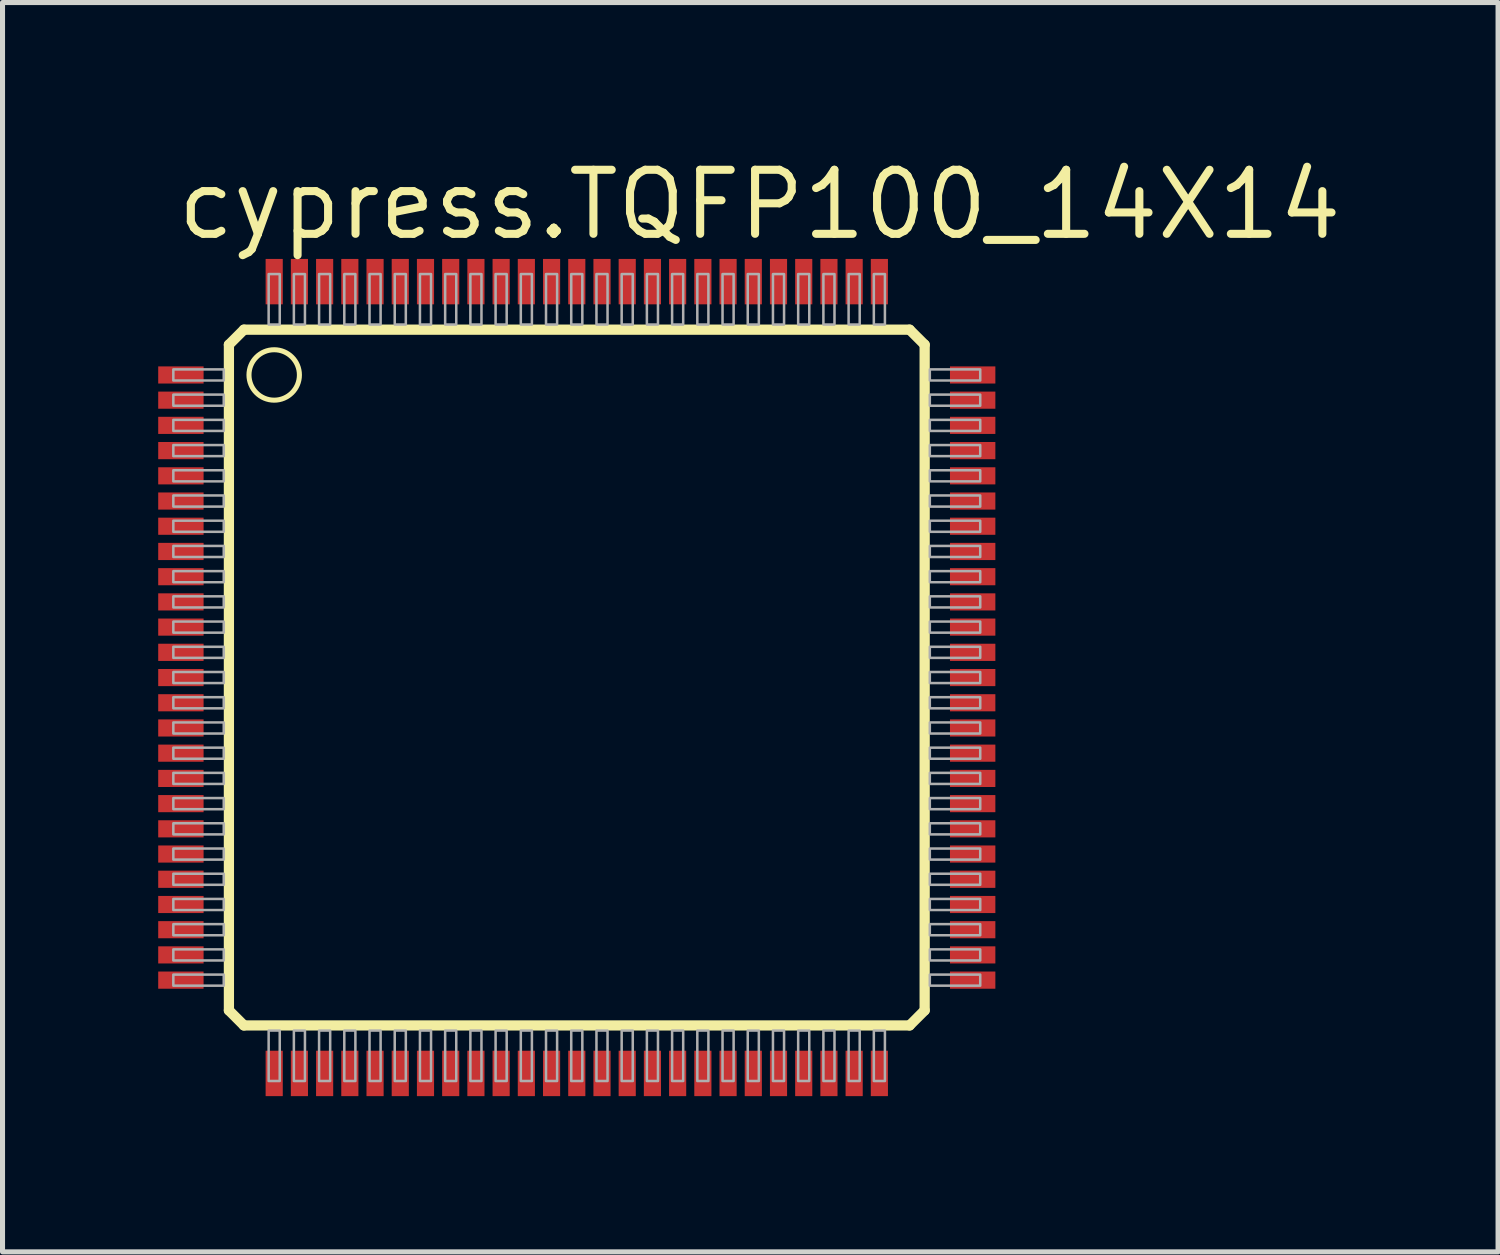
<source format=kicad_pcb>
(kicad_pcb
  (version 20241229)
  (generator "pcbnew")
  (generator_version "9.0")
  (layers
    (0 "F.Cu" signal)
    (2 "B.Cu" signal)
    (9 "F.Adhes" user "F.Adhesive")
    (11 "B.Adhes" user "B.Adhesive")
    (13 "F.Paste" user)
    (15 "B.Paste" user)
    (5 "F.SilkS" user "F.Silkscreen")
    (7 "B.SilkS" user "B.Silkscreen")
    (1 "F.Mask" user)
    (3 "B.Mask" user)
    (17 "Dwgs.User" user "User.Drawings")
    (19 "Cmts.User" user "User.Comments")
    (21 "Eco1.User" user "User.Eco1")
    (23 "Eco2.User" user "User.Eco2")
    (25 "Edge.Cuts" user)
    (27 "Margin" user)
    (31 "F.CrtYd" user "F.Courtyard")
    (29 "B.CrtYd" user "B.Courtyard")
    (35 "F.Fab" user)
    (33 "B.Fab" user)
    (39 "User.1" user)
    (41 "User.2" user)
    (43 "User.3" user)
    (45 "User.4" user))
  (footprint "cypress.TQFP100_14X14"
    (layer "F.Cu")
    (at 8.387 10.385)
    (property "Reference" "cypress.TQFP100_14X14" (at -8 -8.635 0) (layer "F.SilkS") (effects (font (size 1.27 1.27) (thickness 0.16)) (justify left bottom)))
    (attr smd)
    (fp_rect (start -8.363 -5.8) (end -7.35 -6.2) (stroke (width 0.05) (type default)) (fill yes) (layer "F.Mask"))
    (fp_rect (start -8.363 -5.3) (end -7.35 -5.7) (stroke (width 0.05) (type default)) (fill yes) (layer "F.Mask"))
    (fp_rect (start -8.363 -4.8) (end -7.35 -5.2) (stroke (width 0.05) (type default)) (fill yes) (layer "F.Mask"))
    (fp_rect (start -8.363 -4.3) (end -7.35 -4.7) (stroke (width 0.05) (type default)) (fill yes) (layer "F.Mask"))
    (fp_rect (start -8.363 -3.8) (end -7.35 -4.2) (stroke (width 0.05) (type default)) (fill yes) (layer "F.Mask"))
    (fp_rect (start -8.363 -3.3) (end -7.35 -3.7) (stroke (width 0.05) (type default)) (fill yes) (layer "F.Mask"))
    (fp_rect (start -8.363 -2.8) (end -7.35 -3.2) (stroke (width 0.05) (type default)) (fill yes) (layer "F.Mask"))
    (fp_rect (start -8.363 -2.3) (end -7.35 -2.7) (stroke (width 0.05) (type default)) (fill yes) (layer "F.Mask"))
    (fp_rect (start -8.363 -1.8) (end -7.35 -2.2) (stroke (width 0.05) (type default)) (fill yes) (layer "F.Mask"))
    (fp_rect (start -8.363 -1.3) (end -7.35 -1.7) (stroke (width 0.05) (type default)) (fill yes) (layer "F.Mask"))
    (fp_rect (start -8.363 -0.8) (end -7.35 -1.2) (stroke (width 0.05) (type default)) (fill yes) (layer "F.Mask"))
    (fp_rect (start -8.363 -0.3) (end -7.35 -0.7) (stroke (width 0.05) (type default)) (fill yes) (layer "F.Mask"))
    (fp_rect (start -8.363 0.2) (end -7.35 -0.2) (stroke (width 0.05) (type default)) (fill yes) (layer "F.Mask"))
    (fp_rect (start -8.363 0.7) (end -7.35 0.3) (stroke (width 0.05) (type default)) (fill yes) (layer "F.Mask"))
    (fp_rect (start -8.363 1.2) (end -7.35 0.8) (stroke (width 0.05) (type default)) (fill yes) (layer "F.Mask"))
    (fp_rect (start -8.363 1.7) (end -7.35 1.3) (stroke (width 0.05) (type default)) (fill yes) (layer "F.Mask"))
    (fp_rect (start -8.363 2.2) (end -7.35 1.8) (stroke (width 0.05) (type default)) (fill yes) (layer "F.Mask"))
    (fp_rect (start -8.363 2.7) (end -7.35 2.3) (stroke (width 0.05) (type default)) (fill yes) (layer "F.Mask"))
    (fp_rect (start -8.363 3.2) (end -7.35 2.8) (stroke (width 0.05) (type default)) (fill yes) (layer "F.Mask"))
    (fp_rect (start -8.363 3.7) (end -7.35 3.3) (stroke (width 0.05) (type default)) (fill yes) (layer "F.Mask"))
    (fp_rect (start -8.363 4.2) (end -7.35 3.8) (stroke (width 0.05) (type default)) (fill yes) (layer "F.Mask"))
    (fp_rect (start -8.363 4.7) (end -7.35 4.3) (stroke (width 0.05) (type default)) (fill yes) (layer "F.Mask"))
    (fp_rect (start -8.363 5.2) (end -7.35 4.8) (stroke (width 0.05) (type default)) (fill yes) (layer "F.Mask"))
    (fp_rect (start -8.363 5.7) (end -7.35 5.3) (stroke (width 0.05) (type default)) (fill yes) (layer "F.Mask"))
    (fp_rect (start -8.363 6.2) (end -7.35 5.8) (stroke (width 0.05) (type default)) (fill yes) (layer "F.Mask"))
    (fp_rect (start -6.2 -7.35) (end -5.8 -8.363) (stroke (width 0.05) (type default)) (fill yes) (layer "F.Mask"))
    (fp_rect (start -6.2 8.363) (end -5.8 7.35) (stroke (width 0.05) (type default)) (fill yes) (layer "F.Mask"))
    (fp_rect (start -5.7 -7.35) (end -5.3 -8.363) (stroke (width 0.05) (type default)) (fill yes) (layer "F.Mask"))
    (fp_rect (start -5.7 8.363) (end -5.3 7.35) (stroke (width 0.05) (type default)) (fill yes) (layer "F.Mask"))
    (fp_rect (start -5.2 -7.35) (end -4.8 -8.363) (stroke (width 0.05) (type default)) (fill yes) (layer "F.Mask"))
    (fp_rect (start -5.2 8.363) (end -4.8 7.35) (stroke (width 0.05) (type default)) (fill yes) (layer "F.Mask"))
    (fp_rect (start -4.7 -7.35) (end -4.3 -8.363) (stroke (width 0.05) (type default)) (fill yes) (layer "F.Mask"))
    (fp_rect (start -4.7 8.363) (end -4.3 7.35) (stroke (width 0.05) (type default)) (fill yes) (layer "F.Mask"))
    (fp_rect (start -4.2 -7.35) (end -3.8 -8.363) (stroke (width 0.05) (type default)) (fill yes) (layer "F.Mask"))
    (fp_rect (start -4.2 8.363) (end -3.8 7.35) (stroke (width 0.05) (type default)) (fill yes) (layer "F.Mask"))
    (fp_rect (start -3.7 -7.35) (end -3.3 -8.363) (stroke (width 0.05) (type default)) (fill yes) (layer "F.Mask"))
    (fp_rect (start -3.7 8.363) (end -3.3 7.35) (stroke (width 0.05) (type default)) (fill yes) (layer "F.Mask"))
    (fp_rect (start -3.2 -7.35) (end -2.8 -8.363) (stroke (width 0.05) (type default)) (fill yes) (layer "F.Mask"))
    (fp_rect (start -3.2 8.363) (end -2.8 7.35) (stroke (width 0.05) (type default)) (fill yes) (layer "F.Mask"))
    (fp_rect (start -2.7 -7.35) (end -2.3 -8.363) (stroke (width 0.05) (type default)) (fill yes) (layer "F.Mask"))
    (fp_rect (start -2.7 8.363) (end -2.3 7.35) (stroke (width 0.05) (type default)) (fill yes) (layer "F.Mask"))
    (fp_rect (start -2.2 -7.35) (end -1.8 -8.363) (stroke (width 0.05) (type default)) (fill yes) (layer "F.Mask"))
    (fp_rect (start -2.2 8.363) (end -1.8 7.35) (stroke (width 0.05) (type default)) (fill yes) (layer "F.Mask"))
    (fp_rect (start -1.7 -7.35) (end -1.3 -8.363) (stroke (width 0.05) (type default)) (fill yes) (layer "F.Mask"))
    (fp_rect (start -1.7 8.363) (end -1.3 7.35) (stroke (width 0.05) (type default)) (fill yes) (layer "F.Mask"))
    (fp_rect (start -1.2 -7.35) (end -0.8 -8.363) (stroke (width 0.05) (type default)) (fill yes) (layer "F.Mask"))
    (fp_rect (start -1.2 8.363) (end -0.8 7.35) (stroke (width 0.05) (type default)) (fill yes) (layer "F.Mask"))
    (fp_rect (start -0.7 -7.35) (end -0.3 -8.363) (stroke (width 0.05) (type default)) (fill yes) (layer "F.Mask"))
    (fp_rect (start -0.7 8.363) (end -0.3 7.35) (stroke (width 0.05) (type default)) (fill yes) (layer "F.Mask"))
    (fp_rect (start -0.2 -7.35) (end 0.2 -8.363) (stroke (width 0.05) (type default)) (fill yes) (layer "F.Mask"))
    (fp_rect (start -0.2 8.363) (end 0.2 7.35) (stroke (width 0.05) (type default)) (fill yes) (layer "F.Mask"))
    (fp_rect (start 0.3 -7.35) (end 0.7 -8.363) (stroke (width 0.05) (type default)) (fill yes) (layer "F.Mask"))
    (fp_rect (start 0.3 8.363) (end 0.7 7.35) (stroke (width 0.05) (type default)) (fill yes) (layer "F.Mask"))
    (fp_rect (start 0.8 -7.35) (end 1.2 -8.363) (stroke (width 0.05) (type default)) (fill yes) (layer "F.Mask"))
    (fp_rect (start 0.8 8.363) (end 1.2 7.35) (stroke (width 0.05) (type default)) (fill yes) (layer "F.Mask"))
    (fp_rect (start 1.3 -7.35) (end 1.7 -8.363) (stroke (width 0.05) (type default)) (fill yes) (layer "F.Mask"))
    (fp_rect (start 1.3 8.363) (end 1.7 7.35) (stroke (width 0.05) (type default)) (fill yes) (layer "F.Mask"))
    (fp_rect (start 1.8 -7.35) (end 2.2 -8.363) (stroke (width 0.05) (type default)) (fill yes) (layer "F.Mask"))
    (fp_rect (start 1.8 8.363) (end 2.2 7.35) (stroke (width 0.05) (type default)) (fill yes) (layer "F.Mask"))
    (fp_rect (start 2.3 -7.35) (end 2.7 -8.363) (stroke (width 0.05) (type default)) (fill yes) (layer "F.Mask"))
    (fp_rect (start 2.3 8.363) (end 2.7 7.35) (stroke (width 0.05) (type default)) (fill yes) (layer "F.Mask"))
    (fp_rect (start 2.8 -7.35) (end 3.2 -8.363) (stroke (width 0.05) (type default)) (fill yes) (layer "F.Mask"))
    (fp_rect (start 2.8 8.363) (end 3.2 7.35) (stroke (width 0.05) (type default)) (fill yes) (layer "F.Mask"))
    (fp_rect (start 3.3 -7.35) (end 3.7 -8.363) (stroke (width 0.05) (type default)) (fill yes) (layer "F.Mask"))
    (fp_rect (start 3.3 8.363) (end 3.7 7.35) (stroke (width 0.05) (type default)) (fill yes) (layer "F.Mask"))
    (fp_rect (start 3.8 -7.35) (end 4.2 -8.363) (stroke (width 0.05) (type default)) (fill yes) (layer "F.Mask"))
    (fp_rect (start 3.8 8.363) (end 4.2 7.35) (stroke (width 0.05) (type default)) (fill yes) (layer "F.Mask"))
    (fp_rect (start 4.3 -7.35) (end 4.7 -8.363) (stroke (width 0.05) (type default)) (fill yes) (layer "F.Mask"))
    (fp_rect (start 4.3 8.363) (end 4.7 7.35) (stroke (width 0.05) (type default)) (fill yes) (layer "F.Mask"))
    (fp_rect (start 4.8 -7.35) (end 5.2 -8.363) (stroke (width 0.05) (type default)) (fill yes) (layer "F.Mask"))
    (fp_rect (start 4.8 8.363) (end 5.2 7.35) (stroke (width 0.05) (type default)) (fill yes) (layer "F.Mask"))
    (fp_rect (start 5.3 -7.35) (end 5.7 -8.363) (stroke (width 0.05) (type default)) (fill yes) (layer "F.Mask"))
    (fp_rect (start 5.3 8.363) (end 5.7 7.35) (stroke (width 0.05) (type default)) (fill yes) (layer "F.Mask"))
    (fp_rect (start 5.8 -7.35) (end 6.2 -8.363) (stroke (width 0.05) (type default)) (fill yes) (layer "F.Mask"))
    (fp_rect (start 5.8 8.363) (end 6.2 7.35) (stroke (width 0.05) (type default)) (fill yes) (layer "F.Mask"))
    (fp_rect (start 7.35 -5.8) (end 8.363 -6.2) (stroke (width 0.05) (type default)) (fill yes) (layer "F.Mask"))
    (fp_rect (start 7.35 -5.3) (end 8.363 -5.7) (stroke (width 0.05) (type default)) (fill yes) (layer "F.Mask"))
    (fp_rect (start 7.35 -4.8) (end 8.363 -5.2) (stroke (width 0.05) (type default)) (fill yes) (layer "F.Mask"))
    (fp_rect (start 7.35 -4.3) (end 8.363 -4.7) (stroke (width 0.05) (type default)) (fill yes) (layer "F.Mask"))
    (fp_rect (start 7.35 -3.8) (end 8.363 -4.2) (stroke (width 0.05) (type default)) (fill yes) (layer "F.Mask"))
    (fp_rect (start 7.35 -3.3) (end 8.363 -3.7) (stroke (width 0.05) (type default)) (fill yes) (layer "F.Mask"))
    (fp_rect (start 7.35 -2.8) (end 8.363 -3.2) (stroke (width 0.05) (type default)) (fill yes) (layer "F.Mask"))
    (fp_rect (start 7.35 -2.3) (end 8.363 -2.7) (stroke (width 0.05) (type default)) (fill yes) (layer "F.Mask"))
    (fp_rect (start 7.35 -1.8) (end 8.363 -2.2) (stroke (width 0.05) (type default)) (fill yes) (layer "F.Mask"))
    (fp_rect (start 7.35 -1.3) (end 8.363 -1.7) (stroke (width 0.05) (type default)) (fill yes) (layer "F.Mask"))
    (fp_rect (start 7.35 -0.8) (end 8.363 -1.2) (stroke (width 0.05) (type default)) (fill yes) (layer "F.Mask"))
    (fp_rect (start 7.35 -0.3) (end 8.363 -0.7) (stroke (width 0.05) (type default)) (fill yes) (layer "F.Mask"))
    (fp_rect (start 7.35 0.2) (end 8.363 -0.2) (stroke (width 0.05) (type default)) (fill yes) (layer "F.Mask"))
    (fp_rect (start 7.35 0.7) (end 8.363 0.3) (stroke (width 0.05) (type default)) (fill yes) (layer "F.Mask"))
    (fp_rect (start 7.35 1.2) (end 8.363 0.8) (stroke (width 0.05) (type default)) (fill yes) (layer "F.Mask"))
    (fp_rect (start 7.35 1.7) (end 8.363 1.3) (stroke (width 0.05) (type default)) (fill yes) (layer "F.Mask"))
    (fp_rect (start 7.35 2.2) (end 8.363 1.8) (stroke (width 0.05) (type default)) (fill yes) (layer "F.Mask"))
    (fp_rect (start 7.35 2.7) (end 8.363 2.3) (stroke (width 0.05) (type default)) (fill yes) (layer "F.Mask"))
    (fp_rect (start 7.35 3.2) (end 8.363 2.8) (stroke (width 0.05) (type default)) (fill yes) (layer "F.Mask"))
    (fp_rect (start 7.35 3.7) (end 8.363 3.3) (stroke (width 0.05) (type default)) (fill yes) (layer "F.Mask"))
    (fp_rect (start 7.35 4.2) (end 8.363 3.8) (stroke (width 0.05) (type default)) (fill yes) (layer "F.Mask"))
    (fp_rect (start 7.35 4.7) (end 8.363 4.3) (stroke (width 0.05) (type default)) (fill yes) (layer "F.Mask"))
    (fp_rect (start 7.35 5.2) (end 8.363 4.8) (stroke (width 0.05) (type default)) (fill yes) (layer "F.Mask"))
    (fp_rect (start 7.35 5.7) (end 8.363 5.3) (stroke (width 0.05) (type default)) (fill yes) (layer "F.Mask"))
    (fp_rect (start 7.35 6.2) (end 8.363 5.8) (stroke (width 0.05) (type default)) (fill yes) (layer "F.Mask"))
    (fp_line (start -6.898 -6.6) (end -6.898 6.6) (stroke (width 0.203) (type default)) (layer "F.SilkS"))
    (fp_line (start -6.898 6.6) (end -6.6 6.898) (stroke (width 0.203) (type default)) (layer "F.SilkS"))
    (fp_line (start -6.6 -6.898) (end -6.898 -6.6) (stroke (width 0.203) (type default)) (layer "F.SilkS"))
    (fp_line (start -6.6 6.898) (end 6.6 6.898) (stroke (width 0.203) (type default)) (layer "F.SilkS"))
    (fp_line (start 6.6 -6.898) (end -6.6 -6.898) (stroke (width 0.203) (type default)) (layer "F.SilkS"))
    (fp_line (start 6.6 6.898) (end 6.898 6.6) (stroke (width 0.203) (type default)) (layer "F.SilkS"))
    (fp_line (start 6.898 -6.6) (end 6.6 -6.898) (stroke (width 0.203) (type default)) (layer "F.SilkS"))
    (fp_line (start 6.898 6.6) (end 6.898 -6.6) (stroke (width 0.203) (type default)) (layer "F.SilkS"))
    (fp_circle (center -6 -6) (end -5.5 -6) (stroke (width 0.1) (type default)) (fill no) (layer "F.SilkS"))
    (fp_rect (start -8.262 -5.838) (end -7.45 -6.162) (stroke (width 0.05) (type default)) (fill yes) (layer "F.Paste"))
    (fp_rect (start -8.262 -5.338) (end -7.45 -5.662) (stroke (width 0.05) (type default)) (fill yes) (layer "F.Paste"))
    (fp_rect (start -8.262 -4.838) (end -7.45 -5.162) (stroke (width 0.05) (type default)) (fill yes) (layer "F.Paste"))
    (fp_rect (start -8.262 -4.338) (end -7.45 -4.662) (stroke (width 0.05) (type default)) (fill yes) (layer "F.Paste"))
    (fp_rect (start -8.262 -3.837) (end -7.45 -4.162) (stroke (width 0.05) (type default)) (fill yes) (layer "F.Paste"))
    (fp_rect (start -8.262 -3.337) (end -7.45 -3.663) (stroke (width 0.05) (type default)) (fill yes) (layer "F.Paste"))
    (fp_rect (start -8.262 -2.837) (end -7.45 -3.163) (stroke (width 0.05) (type default)) (fill yes) (layer "F.Paste"))
    (fp_rect (start -8.262 -2.337) (end -7.45 -2.663) (stroke (width 0.05) (type default)) (fill yes) (layer "F.Paste"))
    (fp_rect (start -8.262 -1.837) (end -7.45 -2.163) (stroke (width 0.05) (type default)) (fill yes) (layer "F.Paste"))
    (fp_rect (start -8.262 -1.337) (end -7.45 -1.663) (stroke (width 0.05) (type default)) (fill yes) (layer "F.Paste"))
    (fp_rect (start -8.262 -0.838) (end -7.45 -1.163) (stroke (width 0.05) (type default)) (fill yes) (layer "F.Paste"))
    (fp_rect (start -8.262 -0.338) (end -7.45 -0.662) (stroke (width 0.05) (type default)) (fill yes) (layer "F.Paste"))
    (fp_rect (start -8.262 0.163) (end -7.45 -0.163) (stroke (width 0.05) (type default)) (fill yes) (layer "F.Paste"))
    (fp_rect (start -8.262 0.662) (end -7.45 0.338) (stroke (width 0.05) (type default)) (fill yes) (layer "F.Paste"))
    (fp_rect (start -8.262 1.163) (end -7.45 0.838) (stroke (width 0.05) (type default)) (fill yes) (layer "F.Paste"))
    (fp_rect (start -8.262 1.663) (end -7.45 1.337) (stroke (width 0.05) (type default)) (fill yes) (layer "F.Paste"))
    (fp_rect (start -8.262 2.163) (end -7.45 1.837) (stroke (width 0.05) (type default)) (fill yes) (layer "F.Paste"))
    (fp_rect (start -8.262 2.663) (end -7.45 2.337) (stroke (width 0.05) (type default)) (fill yes) (layer "F.Paste"))
    (fp_rect (start -8.262 3.163) (end -7.45 2.837) (stroke (width 0.05) (type default)) (fill yes) (layer "F.Paste"))
    (fp_rect (start -8.262 3.663) (end -7.45 3.337) (stroke (width 0.05) (type default)) (fill yes) (layer "F.Paste"))
    (fp_rect (start -8.262 4.162) (end -7.45 3.837) (stroke (width 0.05) (type default)) (fill yes) (layer "F.Paste"))
    (fp_rect (start -8.262 4.662) (end -7.45 4.338) (stroke (width 0.05) (type default)) (fill yes) (layer "F.Paste"))
    (fp_rect (start -8.262 5.162) (end -7.45 4.838) (stroke (width 0.05) (type default)) (fill yes) (layer "F.Paste"))
    (fp_rect (start -8.262 5.662) (end -7.45 5.338) (stroke (width 0.05) (type default)) (fill yes) (layer "F.Paste"))
    (fp_rect (start -8.262 6.162) (end -7.45 5.838) (stroke (width 0.05) (type default)) (fill yes) (layer "F.Paste"))
    (fp_rect (start -6.162 -7.45) (end -5.838 -8.262) (stroke (width 0.05) (type default)) (fill yes) (layer "F.Paste"))
    (fp_rect (start -6.162 8.262) (end -5.838 7.45) (stroke (width 0.05) (type default)) (fill yes) (layer "F.Paste"))
    (fp_rect (start -5.662 -7.45) (end -5.338 -8.262) (stroke (width 0.05) (type default)) (fill yes) (layer "F.Paste"))
    (fp_rect (start -5.662 8.262) (end -5.338 7.45) (stroke (width 0.05) (type default)) (fill yes) (layer "F.Paste"))
    (fp_rect (start -5.162 -7.45) (end -4.838 -8.262) (stroke (width 0.05) (type default)) (fill yes) (layer "F.Paste"))
    (fp_rect (start -5.162 8.262) (end -4.838 7.45) (stroke (width 0.05) (type default)) (fill yes) (layer "F.Paste"))
    (fp_rect (start -4.662 -7.45) (end -4.338 -8.262) (stroke (width 0.05) (type default)) (fill yes) (layer "F.Paste"))
    (fp_rect (start -4.662 8.262) (end -4.338 7.45) (stroke (width 0.05) (type default)) (fill yes) (layer "F.Paste"))
    (fp_rect (start -4.162 -7.45) (end -3.837 -8.262) (stroke (width 0.05) (type default)) (fill yes) (layer "F.Paste"))
    (fp_rect (start -4.162 8.262) (end -3.837 7.45) (stroke (width 0.05) (type default)) (fill yes) (layer "F.Paste"))
    (fp_rect (start -3.663 -7.45) (end -3.337 -8.262) (stroke (width 0.05) (type default)) (fill yes) (layer "F.Paste"))
    (fp_rect (start -3.663 8.262) (end -3.337 7.45) (stroke (width 0.05) (type default)) (fill yes) (layer "F.Paste"))
    (fp_rect (start -3.163 -7.45) (end -2.837 -8.262) (stroke (width 0.05) (type default)) (fill yes) (layer "F.Paste"))
    (fp_rect (start -3.163 8.262) (end -2.837 7.45) (stroke (width 0.05) (type default)) (fill yes) (layer "F.Paste"))
    (fp_rect (start -2.663 -7.45) (end -2.337 -8.262) (stroke (width 0.05) (type default)) (fill yes) (layer "F.Paste"))
    (fp_rect (start -2.663 8.262) (end -2.337 7.45) (stroke (width 0.05) (type default)) (fill yes) (layer "F.Paste"))
    (fp_rect (start -2.163 -7.45) (end -1.837 -8.262) (stroke (width 0.05) (type default)) (fill yes) (layer "F.Paste"))
    (fp_rect (start -2.163 8.262) (end -1.837 7.45) (stroke (width 0.05) (type default)) (fill yes) (layer "F.Paste"))
    (fp_rect (start -1.663 -7.45) (end -1.337 -8.262) (stroke (width 0.05) (type default)) (fill yes) (layer "F.Paste"))
    (fp_rect (start -1.663 8.262) (end -1.337 7.45) (stroke (width 0.05) (type default)) (fill yes) (layer "F.Paste"))
    (fp_rect (start -1.163 -7.45) (end -0.838 -8.262) (stroke (width 0.05) (type default)) (fill yes) (layer "F.Paste"))
    (fp_rect (start -1.163 8.262) (end -0.838 7.45) (stroke (width 0.05) (type default)) (fill yes) (layer "F.Paste"))
    (fp_rect (start -0.662 -7.45) (end -0.338 -8.262) (stroke (width 0.05) (type default)) (fill yes) (layer "F.Paste"))
    (fp_rect (start -0.662 8.262) (end -0.338 7.45) (stroke (width 0.05) (type default)) (fill yes) (layer "F.Paste"))
    (fp_rect (start -0.163 -7.45) (end 0.163 -8.262) (stroke (width 0.05) (type default)) (fill yes) (layer "F.Paste"))
    (fp_rect (start -0.163 8.262) (end 0.163 7.45) (stroke (width 0.05) (type default)) (fill yes) (layer "F.Paste"))
    (fp_rect (start 0.338 -7.45) (end 0.662 -8.262) (stroke (width 0.05) (type default)) (fill yes) (layer "F.Paste"))
    (fp_rect (start 0.338 8.262) (end 0.662 7.45) (stroke (width 0.05) (type default)) (fill yes) (layer "F.Paste"))
    (fp_rect (start 0.838 -7.45) (end 1.163 -8.262) (stroke (width 0.05) (type default)) (fill yes) (layer "F.Paste"))
    (fp_rect (start 0.838 8.262) (end 1.163 7.45) (stroke (width 0.05) (type default)) (fill yes) (layer "F.Paste"))
    (fp_rect (start 1.337 -7.45) (end 1.663 -8.262) (stroke (width 0.05) (type default)) (fill yes) (layer "F.Paste"))
    (fp_rect (start 1.337 8.262) (end 1.663 7.45) (stroke (width 0.05) (type default)) (fill yes) (layer "F.Paste"))
    (fp_rect (start 1.837 -7.45) (end 2.163 -8.262) (stroke (width 0.05) (type default)) (fill yes) (layer "F.Paste"))
    (fp_rect (start 1.837 8.262) (end 2.163 7.45) (stroke (width 0.05) (type default)) (fill yes) (layer "F.Paste"))
    (fp_rect (start 2.337 -7.45) (end 2.663 -8.262) (stroke (width 0.05) (type default)) (fill yes) (layer "F.Paste"))
    (fp_rect (start 2.337 8.262) (end 2.663 7.45) (stroke (width 0.05) (type default)) (fill yes) (layer "F.Paste"))
    (fp_rect (start 2.837 -7.45) (end 3.163 -8.262) (stroke (width 0.05) (type default)) (fill yes) (layer "F.Paste"))
    (fp_rect (start 2.837 8.262) (end 3.163 7.45) (stroke (width 0.05) (type default)) (fill yes) (layer "F.Paste"))
    (fp_rect (start 3.337 -7.45) (end 3.663 -8.262) (stroke (width 0.05) (type default)) (fill yes) (layer "F.Paste"))
    (fp_rect (start 3.337 8.262) (end 3.663 7.45) (stroke (width 0.05) (type default)) (fill yes) (layer "F.Paste"))
    (fp_rect (start 3.837 -7.45) (end 4.162 -8.262) (stroke (width 0.05) (type default)) (fill yes) (layer "F.Paste"))
    (fp_rect (start 3.837 8.262) (end 4.162 7.45) (stroke (width 0.05) (type default)) (fill yes) (layer "F.Paste"))
    (fp_rect (start 4.338 -7.45) (end 4.662 -8.262) (stroke (width 0.05) (type default)) (fill yes) (layer "F.Paste"))
    (fp_rect (start 4.338 8.262) (end 4.662 7.45) (stroke (width 0.05) (type default)) (fill yes) (layer "F.Paste"))
    (fp_rect (start 4.838 -7.45) (end 5.162 -8.262) (stroke (width 0.05) (type default)) (fill yes) (layer "F.Paste"))
    (fp_rect (start 4.838 8.262) (end 5.162 7.45) (stroke (width 0.05) (type default)) (fill yes) (layer "F.Paste"))
    (fp_rect (start 5.338 -7.45) (end 5.662 -8.262) (stroke (width 0.05) (type default)) (fill yes) (layer "F.Paste"))
    (fp_rect (start 5.338 8.262) (end 5.662 7.45) (stroke (width 0.05) (type default)) (fill yes) (layer "F.Paste"))
    (fp_rect (start 5.838 -7.45) (end 6.162 -8.262) (stroke (width 0.05) (type default)) (fill yes) (layer "F.Paste"))
    (fp_rect (start 5.838 8.262) (end 6.162 7.45) (stroke (width 0.05) (type default)) (fill yes) (layer "F.Paste"))
    (fp_rect (start 7.45 -5.838) (end 8.262 -6.162) (stroke (width 0.05) (type default)) (fill yes) (layer "F.Paste"))
    (fp_rect (start 7.45 -5.338) (end 8.262 -5.662) (stroke (width 0.05) (type default)) (fill yes) (layer "F.Paste"))
    (fp_rect (start 7.45 -4.838) (end 8.262 -5.162) (stroke (width 0.05) (type default)) (fill yes) (layer "F.Paste"))
    (fp_rect (start 7.45 -4.338) (end 8.262 -4.662) (stroke (width 0.05) (type default)) (fill yes) (layer "F.Paste"))
    (fp_rect (start 7.45 -3.837) (end 8.262 -4.162) (stroke (width 0.05) (type default)) (fill yes) (layer "F.Paste"))
    (fp_rect (start 7.45 -3.337) (end 8.262 -3.663) (stroke (width 0.05) (type default)) (fill yes) (layer "F.Paste"))
    (fp_rect (start 7.45 -2.837) (end 8.262 -3.163) (stroke (width 0.05) (type default)) (fill yes) (layer "F.Paste"))
    (fp_rect (start 7.45 -2.337) (end 8.262 -2.663) (stroke (width 0.05) (type default)) (fill yes) (layer "F.Paste"))
    (fp_rect (start 7.45 -1.837) (end 8.262 -2.163) (stroke (width 0.05) (type default)) (fill yes) (layer "F.Paste"))
    (fp_rect (start 7.45 -1.337) (end 8.262 -1.663) (stroke (width 0.05) (type default)) (fill yes) (layer "F.Paste"))
    (fp_rect (start 7.45 -0.838) (end 8.262 -1.163) (stroke (width 0.05) (type default)) (fill yes) (layer "F.Paste"))
    (fp_rect (start 7.45 -0.338) (end 8.262 -0.662) (stroke (width 0.05) (type default)) (fill yes) (layer "F.Paste"))
    (fp_rect (start 7.45 0.163) (end 8.262 -0.163) (stroke (width 0.05) (type default)) (fill yes) (layer "F.Paste"))
    (fp_rect (start 7.45 0.662) (end 8.262 0.338) (stroke (width 0.05) (type default)) (fill yes) (layer "F.Paste"))
    (fp_rect (start 7.45 1.163) (end 8.262 0.838) (stroke (width 0.05) (type default)) (fill yes) (layer "F.Paste"))
    (fp_rect (start 7.45 1.663) (end 8.262 1.337) (stroke (width 0.05) (type default)) (fill yes) (layer "F.Paste"))
    (fp_rect (start 7.45 2.163) (end 8.262 1.837) (stroke (width 0.05) (type default)) (fill yes) (layer "F.Paste"))
    (fp_rect (start 7.45 2.663) (end 8.262 2.337) (stroke (width 0.05) (type default)) (fill yes) (layer "F.Paste"))
    (fp_rect (start 7.45 3.163) (end 8.262 2.837) (stroke (width 0.05) (type default)) (fill yes) (layer "F.Paste"))
    (fp_rect (start 7.45 3.663) (end 8.262 3.337) (stroke (width 0.05) (type default)) (fill yes) (layer "F.Paste"))
    (fp_rect (start 7.45 4.162) (end 8.262 3.837) (stroke (width 0.05) (type default)) (fill yes) (layer "F.Paste"))
    (fp_rect (start 7.45 4.662) (end 8.262 4.338) (stroke (width 0.05) (type default)) (fill yes) (layer "F.Paste"))
    (fp_rect (start 7.45 5.162) (end 8.262 4.838) (stroke (width 0.05) (type default)) (fill yes) (layer "F.Paste"))
    (fp_rect (start 7.45 5.662) (end 8.262 5.338) (stroke (width 0.05) (type default)) (fill yes) (layer "F.Paste"))
    (fp_rect (start 7.45 6.162) (end 8.262 5.838) (stroke (width 0.05) (type default)) (fill yes) (layer "F.Paste"))
    (fp_rect (start -8 -5.89) (end -7 -6.11) (stroke (width 0.05) (type default)) (fill no) (layer "F.Fab"))
    (fp_rect (start -8 -5.39) (end -7 -5.61) (stroke (width 0.05) (type default)) (fill no) (layer "F.Fab"))
    (fp_rect (start -8 -4.89) (end -7 -5.11) (stroke (width 0.05) (type default)) (fill no) (layer "F.Fab"))
    (fp_rect (start -8 -4.39) (end -7 -4.61) (stroke (width 0.05) (type default)) (fill no) (layer "F.Fab"))
    (fp_rect (start -8 -3.89) (end -7 -4.11) (stroke (width 0.05) (type default)) (fill no) (layer "F.Fab"))
    (fp_rect (start -8 -3.39) (end -7 -3.61) (stroke (width 0.05) (type default)) (fill no) (layer "F.Fab"))
    (fp_rect (start -8 -2.89) (end -7 -3.11) (stroke (width 0.05) (type default)) (fill no) (layer "F.Fab"))
    (fp_rect (start -8 -2.39) (end -7 -2.61) (stroke (width 0.05) (type default)) (fill no) (layer "F.Fab"))
    (fp_rect (start -8 -1.89) (end -7 -2.11) (stroke (width 0.05) (type default)) (fill no) (layer "F.Fab"))
    (fp_rect (start -8 -1.39) (end -7 -1.61) (stroke (width 0.05) (type default)) (fill no) (layer "F.Fab"))
    (fp_rect (start -8 -0.89) (end -7 -1.11) (stroke (width 0.05) (type default)) (fill no) (layer "F.Fab"))
    (fp_rect (start -8 -0.39) (end -7 -0.61) (stroke (width 0.05) (type default)) (fill no) (layer "F.Fab"))
    (fp_rect (start -8 0.11) (end -7 -0.11) (stroke (width 0.05) (type default)) (fill no) (layer "F.Fab"))
    (fp_rect (start -8 0.61) (end -7 0.39) (stroke (width 0.05) (type default)) (fill no) (layer "F.Fab"))
    (fp_rect (start -8 1.11) (end -7 0.89) (stroke (width 0.05) (type default)) (fill no) (layer "F.Fab"))
    (fp_rect (start -8 1.61) (end -7 1.39) (stroke (width 0.05) (type default)) (fill no) (layer "F.Fab"))
    (fp_rect (start -8 2.11) (end -7 1.89) (stroke (width 0.05) (type default)) (fill no) (layer "F.Fab"))
    (fp_rect (start -8 2.61) (end -7 2.39) (stroke (width 0.05) (type default)) (fill no) (layer "F.Fab"))
    (fp_rect (start -8 3.11) (end -7 2.89) (stroke (width 0.05) (type default)) (fill no) (layer "F.Fab"))
    (fp_rect (start -8 3.61) (end -7 3.39) (stroke (width 0.05) (type default)) (fill no) (layer "F.Fab"))
    (fp_rect (start -8 4.11) (end -7 3.89) (stroke (width 0.05) (type default)) (fill no) (layer "F.Fab"))
    (fp_rect (start -8 4.61) (end -7 4.39) (stroke (width 0.05) (type default)) (fill no) (layer "F.Fab"))
    (fp_rect (start -8 5.11) (end -7 4.89) (stroke (width 0.05) (type default)) (fill no) (layer "F.Fab"))
    (fp_rect (start -8 5.61) (end -7 5.39) (stroke (width 0.05) (type default)) (fill no) (layer "F.Fab"))
    (fp_rect (start -8 6.11) (end -7 5.89) (stroke (width 0.05) (type default)) (fill no) (layer "F.Fab"))
    (fp_rect (start -6.11 -7) (end -5.89 -8) (stroke (width 0.05) (type default)) (fill no) (layer "F.Fab"))
    (fp_rect (start -6.11 8) (end -5.89 7) (stroke (width 0.05) (type default)) (fill no) (layer "F.Fab"))
    (fp_rect (start -5.61 -7) (end -5.39 -8) (stroke (width 0.05) (type default)) (fill no) (layer "F.Fab"))
    (fp_rect (start -5.61 8) (end -5.39 7) (stroke (width 0.05) (type default)) (fill no) (layer "F.Fab"))
    (fp_rect (start -5.11 -7) (end -4.89 -8) (stroke (width 0.05) (type default)) (fill no) (layer "F.Fab"))
    (fp_rect (start -5.11 8) (end -4.89 7) (stroke (width 0.05) (type default)) (fill no) (layer "F.Fab"))
    (fp_rect (start -4.61 -7) (end -4.39 -8) (stroke (width 0.05) (type default)) (fill no) (layer "F.Fab"))
    (fp_rect (start -4.61 8) (end -4.39 7) (stroke (width 0.05) (type default)) (fill no) (layer "F.Fab"))
    (fp_rect (start -4.11 -7) (end -3.89 -8) (stroke (width 0.05) (type default)) (fill no) (layer "F.Fab"))
    (fp_rect (start -4.11 8) (end -3.89 7) (stroke (width 0.05) (type default)) (fill no) (layer "F.Fab"))
    (fp_rect (start -3.61 -7) (end -3.39 -8) (stroke (width 0.05) (type default)) (fill no) (layer "F.Fab"))
    (fp_rect (start -3.61 8) (end -3.39 7) (stroke (width 0.05) (type default)) (fill no) (layer "F.Fab"))
    (fp_rect (start -3.11 -7) (end -2.89 -8) (stroke (width 0.05) (type default)) (fill no) (layer "F.Fab"))
    (fp_rect (start -3.11 8) (end -2.89 7) (stroke (width 0.05) (type default)) (fill no) (layer "F.Fab"))
    (fp_rect (start -2.61 -7) (end -2.39 -8) (stroke (width 0.05) (type default)) (fill no) (layer "F.Fab"))
    (fp_rect (start -2.61 8) (end -2.39 7) (stroke (width 0.05) (type default)) (fill no) (layer "F.Fab"))
    (fp_rect (start -2.11 -7) (end -1.89 -8) (stroke (width 0.05) (type default)) (fill no) (layer "F.Fab"))
    (fp_rect (start -2.11 8) (end -1.89 7) (stroke (width 0.05) (type default)) (fill no) (layer "F.Fab"))
    (fp_rect (start -1.61 -7) (end -1.39 -8) (stroke (width 0.05) (type default)) (fill no) (layer "F.Fab"))
    (fp_rect (start -1.61 8) (end -1.39 7) (stroke (width 0.05) (type default)) (fill no) (layer "F.Fab"))
    (fp_rect (start -1.11 -7) (end -0.89 -8) (stroke (width 0.05) (type default)) (fill no) (layer "F.Fab"))
    (fp_rect (start -1.11 8) (end -0.89 7) (stroke (width 0.05) (type default)) (fill no) (layer "F.Fab"))
    (fp_rect (start -0.61 -7) (end -0.39 -8) (stroke (width 0.05) (type default)) (fill no) (layer "F.Fab"))
    (fp_rect (start -0.61 8) (end -0.39 7) (stroke (width 0.05) (type default)) (fill no) (layer "F.Fab"))
    (fp_rect (start -0.11 -7) (end 0.11 -8) (stroke (width 0.05) (type default)) (fill no) (layer "F.Fab"))
    (fp_rect (start -0.11 8) (end 0.11 7) (stroke (width 0.05) (type default)) (fill no) (layer "F.Fab"))
    (fp_rect (start 0.39 -7) (end 0.61 -8) (stroke (width 0.05) (type default)) (fill no) (layer "F.Fab"))
    (fp_rect (start 0.39 8) (end 0.61 7) (stroke (width 0.05) (type default)) (fill no) (layer "F.Fab"))
    (fp_rect (start 0.89 -7) (end 1.11 -8) (stroke (width 0.05) (type default)) (fill no) (layer "F.Fab"))
    (fp_rect (start 0.89 8) (end 1.11 7) (stroke (width 0.05) (type default)) (fill no) (layer "F.Fab"))
    (fp_rect (start 1.39 -7) (end 1.61 -8) (stroke (width 0.05) (type default)) (fill no) (layer "F.Fab"))
    (fp_rect (start 1.39 8) (end 1.61 7) (stroke (width 0.05) (type default)) (fill no) (layer "F.Fab"))
    (fp_rect (start 1.89 -7) (end 2.11 -8) (stroke (width 0.05) (type default)) (fill no) (layer "F.Fab"))
    (fp_rect (start 1.89 8) (end 2.11 7) (stroke (width 0.05) (type default)) (fill no) (layer "F.Fab"))
    (fp_rect (start 2.39 -7) (end 2.61 -8) (stroke (width 0.05) (type default)) (fill no) (layer "F.Fab"))
    (fp_rect (start 2.39 8) (end 2.61 7) (stroke (width 0.05) (type default)) (fill no) (layer "F.Fab"))
    (fp_rect (start 2.89 -7) (end 3.11 -8) (stroke (width 0.05) (type default)) (fill no) (layer "F.Fab"))
    (fp_rect (start 2.89 8) (end 3.11 7) (stroke (width 0.05) (type default)) (fill no) (layer "F.Fab"))
    (fp_rect (start 3.39 -7) (end 3.61 -8) (stroke (width 0.05) (type default)) (fill no) (layer "F.Fab"))
    (fp_rect (start 3.39 8) (end 3.61 7) (stroke (width 0.05) (type default)) (fill no) (layer "F.Fab"))
    (fp_rect (start 3.89 -7) (end 4.11 -8) (stroke (width 0.05) (type default)) (fill no) (layer "F.Fab"))
    (fp_rect (start 3.89 8) (end 4.11 7) (stroke (width 0.05) (type default)) (fill no) (layer "F.Fab"))
    (fp_rect (start 4.39 -7) (end 4.61 -8) (stroke (width 0.05) (type default)) (fill no) (layer "F.Fab"))
    (fp_rect (start 4.39 8) (end 4.61 7) (stroke (width 0.05) (type default)) (fill no) (layer "F.Fab"))
    (fp_rect (start 4.89 -7) (end 5.11 -8) (stroke (width 0.05) (type default)) (fill no) (layer "F.Fab"))
    (fp_rect (start 4.89 8) (end 5.11 7) (stroke (width 0.05) (type default)) (fill no) (layer "F.Fab"))
    (fp_rect (start 5.39 -7) (end 5.61 -8) (stroke (width 0.05) (type default)) (fill no) (layer "F.Fab"))
    (fp_rect (start 5.39 8) (end 5.61 7) (stroke (width 0.05) (type default)) (fill no) (layer "F.Fab"))
    (fp_rect (start 5.89 -7) (end 6.11 -8) (stroke (width 0.05) (type default)) (fill no) (layer "F.Fab"))
    (fp_rect (start 5.89 8) (end 6.11 7) (stroke (width 0.05) (type default)) (fill no) (layer "F.Fab"))
    (fp_rect (start 7 -5.89) (end 8 -6.11) (stroke (width 0.05) (type default)) (fill no) (layer "F.Fab"))
    (fp_rect (start 7 -5.39) (end 8 -5.61) (stroke (width 0.05) (type default)) (fill no) (layer "F.Fab"))
    (fp_rect (start 7 -4.89) (end 8 -5.11) (stroke (width 0.05) (type default)) (fill no) (layer "F.Fab"))
    (fp_rect (start 7 -4.39) (end 8 -4.61) (stroke (width 0.05) (type default)) (fill no) (layer "F.Fab"))
    (fp_rect (start 7 -3.89) (end 8 -4.11) (stroke (width 0.05) (type default)) (fill no) (layer "F.Fab"))
    (fp_rect (start 7 -3.39) (end 8 -3.61) (stroke (width 0.05) (type default)) (fill no) (layer "F.Fab"))
    (fp_rect (start 7 -2.89) (end 8 -3.11) (stroke (width 0.05) (type default)) (fill no) (layer "F.Fab"))
    (fp_rect (start 7 -2.39) (end 8 -2.61) (stroke (width 0.05) (type default)) (fill no) (layer "F.Fab"))
    (fp_rect (start 7 -1.89) (end 8 -2.11) (stroke (width 0.05) (type default)) (fill no) (layer "F.Fab"))
    (fp_rect (start 7 -1.39) (end 8 -1.61) (stroke (width 0.05) (type default)) (fill no) (layer "F.Fab"))
    (fp_rect (start 7 -0.89) (end 8 -1.11) (stroke (width 0.05) (type default)) (fill no) (layer "F.Fab"))
    (fp_rect (start 7 -0.39) (end 8 -0.61) (stroke (width 0.05) (type default)) (fill no) (layer "F.Fab"))
    (fp_rect (start 7 0.11) (end 8 -0.11) (stroke (width 0.05) (type default)) (fill no) (layer "F.Fab"))
    (fp_rect (start 7 0.61) (end 8 0.39) (stroke (width 0.05) (type default)) (fill no) (layer "F.Fab"))
    (fp_rect (start 7 1.11) (end 8 0.89) (stroke (width 0.05) (type default)) (fill no) (layer "F.Fab"))
    (fp_rect (start 7 1.61) (end 8 1.39) (stroke (width 0.05) (type default)) (fill no) (layer "F.Fab"))
    (fp_rect (start 7 2.11) (end 8 1.89) (stroke (width 0.05) (type default)) (fill no) (layer "F.Fab"))
    (fp_rect (start 7 2.61) (end 8 2.39) (stroke (width 0.05) (type default)) (fill no) (layer "F.Fab"))
    (fp_rect (start 7 3.11) (end 8 2.89) (stroke (width 0.05) (type default)) (fill no) (layer "F.Fab"))
    (fp_rect (start 7 3.61) (end 8 3.39) (stroke (width 0.05) (type default)) (fill no) (layer "F.Fab"))
    (fp_rect (start 7 4.11) (end 8 3.89) (stroke (width 0.05) (type default)) (fill no) (layer "F.Fab"))
    (fp_rect (start 7 4.61) (end 8 4.39) (stroke (width 0.05) (type default)) (fill no) (layer "F.Fab"))
    (fp_rect (start 7 5.11) (end 8 4.89) (stroke (width 0.05) (type default)) (fill no) (layer "F.Fab"))
    (fp_rect (start 7 5.61) (end 8 5.39) (stroke (width 0.05) (type default)) (fill no) (layer "F.Fab"))
    (fp_rect (start 7 6.11) (end 8 5.89) (stroke (width 0.05) (type default)) (fill no) (layer "F.Fab"))
    (pad "1" smd roundrect (at -7.85 -6) (size 0.9 0.34) (layers "F.Cu" "F.Mask" "F.Paste") (roundrect_rratio 0.01))
    (pad "2" smd roundrect (at -7.85 -5.5) (size 0.9 0.34) (layers "F.Cu" "F.Mask" "F.Paste") (roundrect_rratio 0.01))
    (pad "3" smd roundrect (at -7.85 -5) (size 0.9 0.34) (layers "F.Cu" "F.Mask" "F.Paste") (roundrect_rratio 0.01))
    (pad "4" smd roundrect (at -7.85 -4.5) (size 0.9 0.34) (layers "F.Cu" "F.Mask" "F.Paste") (roundrect_rratio 0.01))
    (pad "5" smd roundrect (at -7.85 -4) (size 0.9 0.34) (layers "F.Cu" "F.Mask" "F.Paste") (roundrect_rratio 0.01))
    (pad "6" smd roundrect (at -7.85 -3.5) (size 0.9 0.34) (layers "F.Cu" "F.Mask" "F.Paste") (roundrect_rratio 0.01))
    (pad "7" smd roundrect (at -7.85 -3) (size 0.9 0.34) (layers "F.Cu" "F.Mask" "F.Paste") (roundrect_rratio 0.01))
    (pad "8" smd roundrect (at -7.85 -2.5) (size 0.9 0.34) (layers "F.Cu" "F.Mask" "F.Paste") (roundrect_rratio 0.01))
    (pad "9" smd roundrect (at -7.85 -2) (size 0.9 0.34) (layers "F.Cu" "F.Mask" "F.Paste") (roundrect_rratio 0.01))
    (pad "10" smd roundrect (at -7.85 -1.5) (size 0.9 0.34) (layers "F.Cu" "F.Mask" "F.Paste") (roundrect_rratio 0.01))
    (pad "11" smd roundrect (at -7.85 -1) (size 0.9 0.34) (layers "F.Cu" "F.Mask" "F.Paste") (roundrect_rratio 0.01))
    (pad "12" smd roundrect (at -7.85 -0.5) (size 0.9 0.34) (layers "F.Cu" "F.Mask" "F.Paste") (roundrect_rratio 0.01))
    (pad "13" smd roundrect (at -7.85 0) (size 0.9 0.34) (layers "F.Cu" "F.Mask" "F.Paste") (roundrect_rratio 0.01))
    (pad "14" smd roundrect (at -7.85 0.5) (size 0.9 0.34) (layers "F.Cu" "F.Mask" "F.Paste") (roundrect_rratio 0.01))
    (pad "15" smd roundrect (at -7.85 1) (size 0.9 0.34) (layers "F.Cu" "F.Mask" "F.Paste") (roundrect_rratio 0.01))
    (pad "16" smd roundrect (at -7.85 1.5) (size 0.9 0.34) (layers "F.Cu" "F.Mask" "F.Paste") (roundrect_rratio 0.01))
    (pad "17" smd roundrect (at -7.85 2) (size 0.9 0.34) (layers "F.Cu" "F.Mask" "F.Paste") (roundrect_rratio 0.01))
    (pad "18" smd roundrect (at -7.85 2.5) (size 0.9 0.34) (layers "F.Cu" "F.Mask" "F.Paste") (roundrect_rratio 0.01))
    (pad "19" smd roundrect (at -7.85 3) (size 0.9 0.34) (layers "F.Cu" "F.Mask" "F.Paste") (roundrect_rratio 0.01))
    (pad "20" smd roundrect (at -7.85 3.5) (size 0.9 0.34) (layers "F.Cu" "F.Mask" "F.Paste") (roundrect_rratio 0.01))
    (pad "21" smd roundrect (at -7.85 4) (size 0.9 0.34) (layers "F.Cu" "F.Mask" "F.Paste") (roundrect_rratio 0.01))
    (pad "22" smd roundrect (at -7.85 4.5) (size 0.9 0.34) (layers "F.Cu" "F.Mask" "F.Paste") (roundrect_rratio 0.01))
    (pad "23" smd roundrect (at -7.85 5) (size 0.9 0.34) (layers "F.Cu" "F.Mask" "F.Paste") (roundrect_rratio 0.01))
    (pad "24" smd roundrect (at -7.85 5.5) (size 0.9 0.34) (layers "F.Cu" "F.Mask" "F.Paste") (roundrect_rratio 0.01))
    (pad "25" smd roundrect (at -7.85 6) (size 0.9 0.34) (layers "F.Cu" "F.Mask" "F.Paste") (roundrect_rratio 0.01))
    (pad "26" smd roundrect (at -6 7.85 90) (size 0.9 0.34) (layers "F.Cu" "F.Mask" "F.Paste") (roundrect_rratio 0.01))
    (pad "27" smd roundrect (at -5.5 7.85 90) (size 0.9 0.34) (layers "F.Cu" "F.Mask" "F.Paste") (roundrect_rratio 0.01))
    (pad "28" smd roundrect (at -5 7.85 90) (size 0.9 0.34) (layers "F.Cu" "F.Mask" "F.Paste") (roundrect_rratio 0.01))
    (pad "29" smd roundrect (at -4.5 7.85 90) (size 0.9 0.34) (layers "F.Cu" "F.Mask" "F.Paste") (roundrect_rratio 0.01))
    (pad "30" smd roundrect (at -4 7.85 90) (size 0.9 0.34) (layers "F.Cu" "F.Mask" "F.Paste") (roundrect_rratio 0.01))
    (pad "31" smd roundrect (at -3.5 7.85 90) (size 0.9 0.34) (layers "F.Cu" "F.Mask" "F.Paste") (roundrect_rratio 0.01))
    (pad "32" smd roundrect (at -3 7.85 90) (size 0.9 0.34) (layers "F.Cu" "F.Mask" "F.Paste") (roundrect_rratio 0.01))
    (pad "33" smd roundrect (at -2.5 7.85 90) (size 0.9 0.34) (layers "F.Cu" "F.Mask" "F.Paste") (roundrect_rratio 0.01))
    (pad "34" smd roundrect (at -2 7.85 90) (size 0.9 0.34) (layers "F.Cu" "F.Mask" "F.Paste") (roundrect_rratio 0.01))
    (pad "35" smd roundrect (at -1.5 7.85 90) (size 0.9 0.34) (layers "F.Cu" "F.Mask" "F.Paste") (roundrect_rratio 0.01))
    (pad "36" smd roundrect (at -1 7.85 90) (size 0.9 0.34) (layers "F.Cu" "F.Mask" "F.Paste") (roundrect_rratio 0.01))
    (pad "37" smd roundrect (at -0.5 7.85 90) (size 0.9 0.34) (layers "F.Cu" "F.Mask" "F.Paste") (roundrect_rratio 0.01))
    (pad "38" smd roundrect (at 0 7.85 90) (size 0.9 0.34) (layers "F.Cu" "F.Mask" "F.Paste") (roundrect_rratio 0.01))
    (pad "39" smd roundrect (at 0.5 7.85 90) (size 0.9 0.34) (layers "F.Cu" "F.Mask" "F.Paste") (roundrect_rratio 0.01))
    (pad "40" smd roundrect (at 1 7.85 90) (size 0.9 0.34) (layers "F.Cu" "F.Mask" "F.Paste") (roundrect_rratio 0.01))
    (pad "41" smd roundrect (at 1.5 7.85 90) (size 0.9 0.34) (layers "F.Cu" "F.Mask" "F.Paste") (roundrect_rratio 0.01))
    (pad "42" smd roundrect (at 2 7.85 90) (size 0.9 0.34) (layers "F.Cu" "F.Mask" "F.Paste") (roundrect_rratio 0.01))
    (pad "43" smd roundrect (at 2.5 7.85 90) (size 0.9 0.34) (layers "F.Cu" "F.Mask" "F.Paste") (roundrect_rratio 0.01))
    (pad "44" smd roundrect (at 3 7.85 90) (size 0.9 0.34) (layers "F.Cu" "F.Mask" "F.Paste") (roundrect_rratio 0.01))
    (pad "45" smd roundrect (at 3.5 7.85 90) (size 0.9 0.34) (layers "F.Cu" "F.Mask" "F.Paste") (roundrect_rratio 0.01))
    (pad "46" smd roundrect (at 4 7.85 90) (size 0.9 0.34) (layers "F.Cu" "F.Mask" "F.Paste") (roundrect_rratio 0.01))
    (pad "47" smd roundrect (at 4.5 7.85 90) (size 0.9 0.34) (layers "F.Cu" "F.Mask" "F.Paste") (roundrect_rratio 0.01))
    (pad "48" smd roundrect (at 5 7.85 90) (size 0.9 0.34) (layers "F.Cu" "F.Mask" "F.Paste") (roundrect_rratio 0.01))
    (pad "49" smd roundrect (at 5.5 7.85 90) (size 0.9 0.34) (layers "F.Cu" "F.Mask" "F.Paste") (roundrect_rratio 0.01))
    (pad "50" smd roundrect (at 6 7.85 90) (size 0.9 0.34) (layers "F.Cu" "F.Mask" "F.Paste") (roundrect_rratio 0.01))
    (pad "51" smd roundrect (at 7.85 6 180) (size 0.9 0.34) (layers "F.Cu" "F.Mask" "F.Paste") (roundrect_rratio 0.01))
    (pad "52" smd roundrect (at 7.85 5.5 180) (size 0.9 0.34) (layers "F.Cu" "F.Mask" "F.Paste") (roundrect_rratio 0.01))
    (pad "53" smd roundrect (at 7.85 5 180) (size 0.9 0.34) (layers "F.Cu" "F.Mask" "F.Paste") (roundrect_rratio 0.01))
    (pad "54" smd roundrect (at 7.85 4.5 180) (size 0.9 0.34) (layers "F.Cu" "F.Mask" "F.Paste") (roundrect_rratio 0.01))
    (pad "55" smd roundrect (at 7.85 4 180) (size 0.9 0.34) (layers "F.Cu" "F.Mask" "F.Paste") (roundrect_rratio 0.01))
    (pad "56" smd roundrect (at 7.85 3.5 180) (size 0.9 0.34) (layers "F.Cu" "F.Mask" "F.Paste") (roundrect_rratio 0.01))
    (pad "57" smd roundrect (at 7.85 3 180) (size 0.9 0.34) (layers "F.Cu" "F.Mask" "F.Paste") (roundrect_rratio 0.01))
    (pad "58" smd roundrect (at 7.85 2.5 180) (size 0.9 0.34) (layers "F.Cu" "F.Mask" "F.Paste") (roundrect_rratio 0.01))
    (pad "59" smd roundrect (at 7.85 2 180) (size 0.9 0.34) (layers "F.Cu" "F.Mask" "F.Paste") (roundrect_rratio 0.01))
    (pad "60" smd roundrect (at 7.85 1.5 180) (size 0.9 0.34) (layers "F.Cu" "F.Mask" "F.Paste") (roundrect_rratio 0.01))
    (pad "61" smd roundrect (at 7.85 1 180) (size 0.9 0.34) (layers "F.Cu" "F.Mask" "F.Paste") (roundrect_rratio 0.01))
    (pad "62" smd roundrect (at 7.85 0.5 180) (size 0.9 0.34) (layers "F.Cu" "F.Mask" "F.Paste") (roundrect_rratio 0.01))
    (pad "63" smd roundrect (at 7.85 0 180) (size 0.9 0.34) (layers "F.Cu" "F.Mask" "F.Paste") (roundrect_rratio 0.01))
    (pad "64" smd roundrect (at 7.85 -0.5 180) (size 0.9 0.34) (layers "F.Cu" "F.Mask" "F.Paste") (roundrect_rratio 0.01))
    (pad "65" smd roundrect (at 7.85 -1 180) (size 0.9 0.34) (layers "F.Cu" "F.Mask" "F.Paste") (roundrect_rratio 0.01))
    (pad "66" smd roundrect (at 7.85 -1.5 180) (size 0.9 0.34) (layers "F.Cu" "F.Mask" "F.Paste") (roundrect_rratio 0.01))
    (pad "67" smd roundrect (at 7.85 -2 180) (size 0.9 0.34) (layers "F.Cu" "F.Mask" "F.Paste") (roundrect_rratio 0.01))
    (pad "68" smd roundrect (at 7.85 -2.5 180) (size 0.9 0.34) (layers "F.Cu" "F.Mask" "F.Paste") (roundrect_rratio 0.01))
    (pad "69" smd roundrect (at 7.85 -3 180) (size 0.9 0.34) (layers "F.Cu" "F.Mask" "F.Paste") (roundrect_rratio 0.01))
    (pad "70" smd roundrect (at 7.85 -3.5 180) (size 0.9 0.34) (layers "F.Cu" "F.Mask" "F.Paste") (roundrect_rratio 0.01))
    (pad "71" smd roundrect (at 7.85 -4 180) (size 0.9 0.34) (layers "F.Cu" "F.Mask" "F.Paste") (roundrect_rratio 0.01))
    (pad "72" smd roundrect (at 7.85 -4.5 180) (size 0.9 0.34) (layers "F.Cu" "F.Mask" "F.Paste") (roundrect_rratio 0.01))
    (pad "73" smd roundrect (at 7.85 -5 180) (size 0.9 0.34) (layers "F.Cu" "F.Mask" "F.Paste") (roundrect_rratio 0.01))
    (pad "74" smd roundrect (at 7.85 -5.5 180) (size 0.9 0.34) (layers "F.Cu" "F.Mask" "F.Paste") (roundrect_rratio 0.01))
    (pad "75" smd roundrect (at 7.85 -6 180) (size 0.9 0.34) (layers "F.Cu" "F.Mask" "F.Paste") (roundrect_rratio 0.01))
    (pad "76" smd roundrect (at 6 -7.85 270) (size 0.9 0.34) (layers "F.Cu" "F.Mask" "F.Paste") (roundrect_rratio 0.01))
    (pad "77" smd roundrect (at 5.5 -7.85 270) (size 0.9 0.34) (layers "F.Cu" "F.Mask" "F.Paste") (roundrect_rratio 0.01))
    (pad "78" smd roundrect (at 5 -7.85 270) (size 0.9 0.34) (layers "F.Cu" "F.Mask" "F.Paste") (roundrect_rratio 0.01))
    (pad "79" smd roundrect (at 4.5 -7.85 270) (size 0.9 0.34) (layers "F.Cu" "F.Mask" "F.Paste") (roundrect_rratio 0.01))
    (pad "80" smd roundrect (at 4 -7.85 270) (size 0.9 0.34) (layers "F.Cu" "F.Mask" "F.Paste") (roundrect_rratio 0.01))
    (pad "81" smd roundrect (at 3.5 -7.85 270) (size 0.9 0.34) (layers "F.Cu" "F.Mask" "F.Paste") (roundrect_rratio 0.01))
    (pad "82" smd roundrect (at 3 -7.85 270) (size 0.9 0.34) (layers "F.Cu" "F.Mask" "F.Paste") (roundrect_rratio 0.01))
    (pad "83" smd roundrect (at 2.5 -7.85 270) (size 0.9 0.34) (layers "F.Cu" "F.Mask" "F.Paste") (roundrect_rratio 0.01))
    (pad "84" smd roundrect (at 2 -7.85 270) (size 0.9 0.34) (layers "F.Cu" "F.Mask" "F.Paste") (roundrect_rratio 0.01))
    (pad "85" smd roundrect (at 1.5 -7.85 270) (size 0.9 0.34) (layers "F.Cu" "F.Mask" "F.Paste") (roundrect_rratio 0.01))
    (pad "86" smd roundrect (at 1 -7.85 270) (size 0.9 0.34) (layers "F.Cu" "F.Mask" "F.Paste") (roundrect_rratio 0.01))
    (pad "87" smd roundrect (at 0.5 -7.85 270) (size 0.9 0.34) (layers "F.Cu" "F.Mask" "F.Paste") (roundrect_rratio 0.01))
    (pad "88" smd roundrect (at 0 -7.85 270) (size 0.9 0.34) (layers "F.Cu" "F.Mask" "F.Paste") (roundrect_rratio 0.01))
    (pad "89" smd roundrect (at -0.5 -7.85 270) (size 0.9 0.34) (layers "F.Cu" "F.Mask" "F.Paste") (roundrect_rratio 0.01))
    (pad "90" smd roundrect (at -1 -7.85 270) (size 0.9 0.34) (layers "F.Cu" "F.Mask" "F.Paste") (roundrect_rratio 0.01))
    (pad "91" smd roundrect (at -1.5 -7.85 270) (size 0.9 0.34) (layers "F.Cu" "F.Mask" "F.Paste") (roundrect_rratio 0.01))
    (pad "92" smd roundrect (at -2 -7.85 270) (size 0.9 0.34) (layers "F.Cu" "F.Mask" "F.Paste") (roundrect_rratio 0.01))
    (pad "93" smd roundrect (at -2.5 -7.85 270) (size 0.9 0.34) (layers "F.Cu" "F.Mask" "F.Paste") (roundrect_rratio 0.01))
    (pad "94" smd roundrect (at -3 -7.85 270) (size 0.9 0.34) (layers "F.Cu" "F.Mask" "F.Paste") (roundrect_rratio 0.01))
    (pad "95" smd roundrect (at -3.5 -7.85 270) (size 0.9 0.34) (layers "F.Cu" "F.Mask" "F.Paste") (roundrect_rratio 0.01))
    (pad "96" smd roundrect (at -4 -7.85 270) (size 0.9 0.34) (layers "F.Cu" "F.Mask" "F.Paste") (roundrect_rratio 0.01))
    (pad "97" smd roundrect (at -4.5 -7.85 270) (size 0.9 0.34) (layers "F.Cu" "F.Mask" "F.Paste") (roundrect_rratio 0.01))
    (pad "98" smd roundrect (at -5 -7.85 270) (size 0.9 0.34) (layers "F.Cu" "F.Mask" "F.Paste") (roundrect_rratio 0.01))
    (pad "99" smd roundrect (at -5.5 -7.85 270) (size 0.9 0.34) (layers "F.Cu" "F.Mask" "F.Paste") (roundrect_rratio 0.01))
    (pad "100" smd roundrect (at -6 -7.85 270) (size 0.9 0.34) (layers "F.Cu" "F.Mask" "F.Paste") (roundrect_rratio 0.01)))
  (gr_rect
    (start -3 -3)
    (end 26.655 21.773)
    (stroke (width 0.1) (type default))
    (fill no)
    (layer "Edge.Cuts")))
</source>
